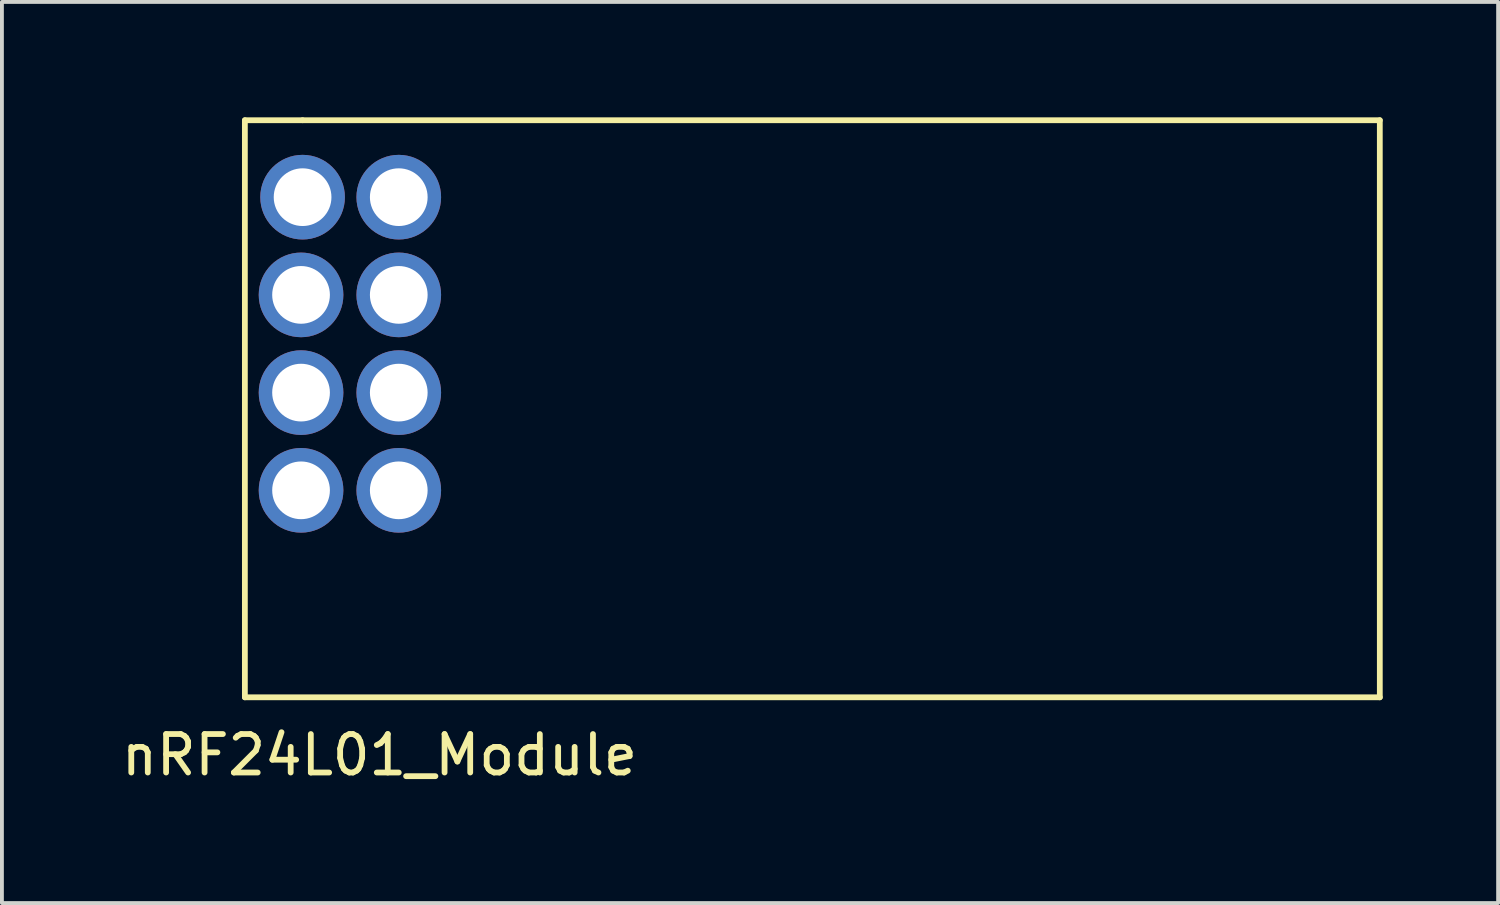
<source format=kicad_pcb>
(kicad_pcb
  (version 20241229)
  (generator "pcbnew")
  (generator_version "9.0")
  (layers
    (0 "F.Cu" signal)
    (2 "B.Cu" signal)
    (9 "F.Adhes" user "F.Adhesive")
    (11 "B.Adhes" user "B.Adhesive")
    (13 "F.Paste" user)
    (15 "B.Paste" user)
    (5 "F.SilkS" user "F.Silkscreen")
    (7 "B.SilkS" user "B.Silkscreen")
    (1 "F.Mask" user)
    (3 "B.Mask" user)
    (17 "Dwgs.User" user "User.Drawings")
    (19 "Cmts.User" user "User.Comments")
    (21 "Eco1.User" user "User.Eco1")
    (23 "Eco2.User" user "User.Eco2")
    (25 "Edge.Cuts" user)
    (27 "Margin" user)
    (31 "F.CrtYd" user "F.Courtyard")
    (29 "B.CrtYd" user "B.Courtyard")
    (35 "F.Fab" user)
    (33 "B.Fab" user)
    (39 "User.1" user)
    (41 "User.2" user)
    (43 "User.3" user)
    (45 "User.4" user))
  (footprint "nRF24L01_Module"
    (layer "F.Cu")
    (at 7.315 2.075)
    (property "Reference" "nRF24L01_Module" (at -0.5 14.5 0) (layer "F.SilkS") (effects (font (size 1 1) (thickness 0.15))))
    (attr through_hole)
    (fp_line (start -4 -2) (end -4 13) (stroke (width 0.15) (type solid)) (layer "F.SilkS"))
    (fp_line (start -4 13) (end 25.5 13) (stroke (width 0.15) (type solid)) (layer "F.SilkS"))
    (fp_line (start -2.5 -2) (end -4 -2) (stroke (width 0.15) (type solid)) (layer "F.SilkS"))
    (fp_line (start 25.5 -2) (end -2.5 -2) (stroke (width 0.15) (type solid)) (layer "F.SilkS"))
    (fp_line (start 25.5 13) (end 25.5 -2) (stroke (width 0.15) (type solid)) (layer "F.SilkS"))
    (pad "1" thru_hole circle (at -2.5 0) (size 2.2 2.2) (drill 1.5) (layers "*.Cu" "*.Mask"))
    (pad "2" thru_hole circle (at -2.54 2.54) (size 2.2 2.2) (drill 1.5) (layers "*.Cu" "*.Mask"))
    (pad "3" thru_hole circle (at -2.54 5.08) (size 2.2 2.2) (drill 1.5) (layers "*.Cu" "*.Mask"))
    (pad "4" thru_hole circle (at -2.54 7.62) (size 2.2 2.2) (drill 1.5) (layers "*.Cu" "*.Mask"))
    (pad "5" thru_hole circle (at 0 7.62) (size 2.2 2.2) (drill 1.5) (layers "*.Cu" "*.Mask"))
    (pad "6" thru_hole circle (at 0 5.08) (size 2.2 2.2) (drill 1.5) (layers "*.Cu" "*.Mask"))
    (pad "7" thru_hole circle (at 0 2.54) (size 2.2 2.2) (drill 1.5) (layers "*.Cu" "*.Mask"))
    (pad "8" thru_hole circle (at 0 0) (size 2.2 2.2) (drill 1.5) (layers "*.Cu" "*.Mask")))
  (gr_rect
    (start -3 -3)
    (end 35.89 20.423)
    (stroke (width 0.1) (type default))
    (fill no)
    (layer "Edge.Cuts")))
</source>
